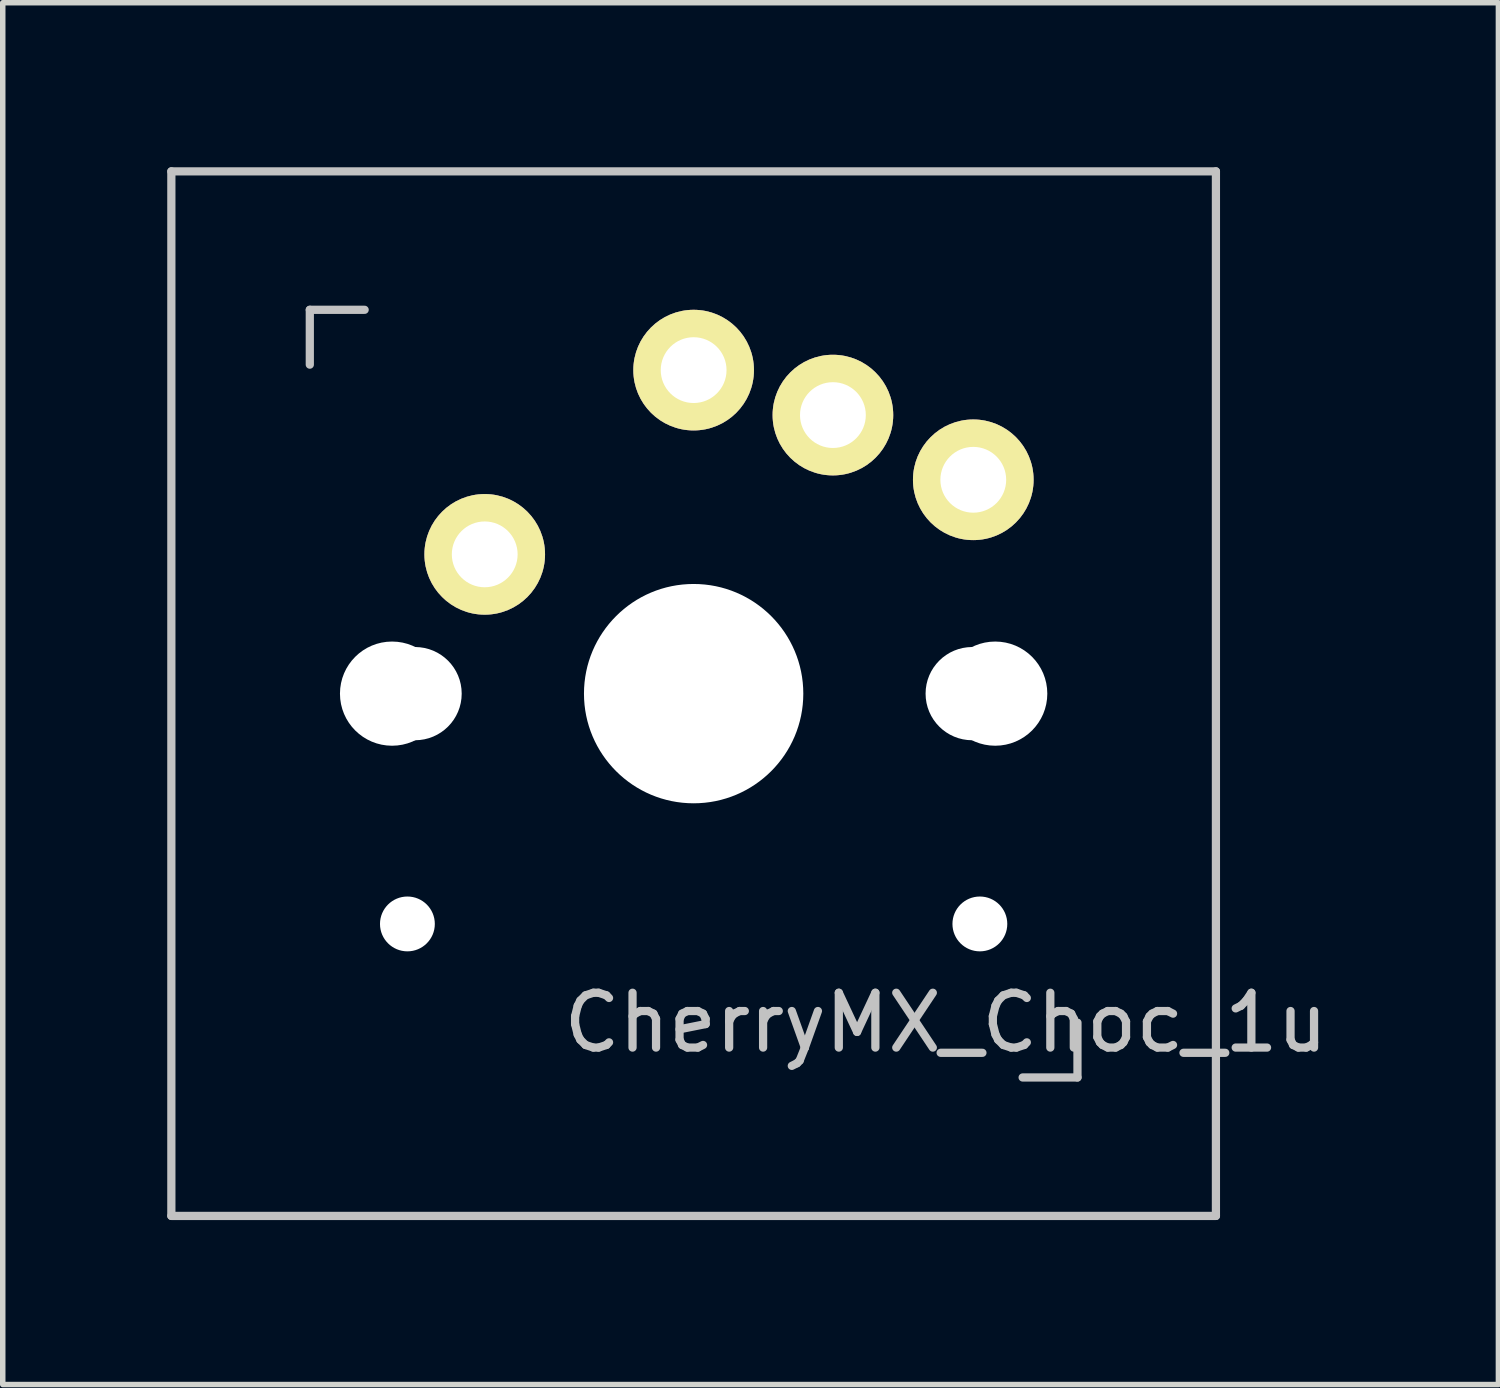
<source format=kicad_pcb>
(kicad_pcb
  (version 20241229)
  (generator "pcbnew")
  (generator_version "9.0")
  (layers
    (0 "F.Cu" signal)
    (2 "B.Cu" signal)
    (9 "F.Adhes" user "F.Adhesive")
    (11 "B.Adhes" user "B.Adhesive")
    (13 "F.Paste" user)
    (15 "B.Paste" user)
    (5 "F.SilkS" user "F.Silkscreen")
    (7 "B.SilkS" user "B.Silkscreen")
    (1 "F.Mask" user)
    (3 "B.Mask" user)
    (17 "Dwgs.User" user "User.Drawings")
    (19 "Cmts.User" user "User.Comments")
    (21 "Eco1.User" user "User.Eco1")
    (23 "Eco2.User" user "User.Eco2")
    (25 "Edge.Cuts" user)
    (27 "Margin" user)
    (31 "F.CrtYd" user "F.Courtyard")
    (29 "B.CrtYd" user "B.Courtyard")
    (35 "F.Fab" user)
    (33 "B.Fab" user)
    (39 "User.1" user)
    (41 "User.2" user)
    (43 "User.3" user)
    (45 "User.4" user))
  (footprint "CherryMX_Choc_1u"
    (layer "F.Cu")
    (at 9.6 9.6)
    (property "Reference" "CherryMX_Choc_1u" (at 4.6 6 0) (layer "Dwgs.User") (effects (font (size 1 1) (thickness 0.15))))
    (attr through_hole)
    (fp_line (start -9.525 -9.525) (end 9.525 -9.525) (stroke (width 0.15) (type solid)) (layer "Dwgs.User"))
    (fp_line (start -9.525 9.525) (end -9.525 -9.525) (stroke (width 0.15) (type solid)) (layer "Dwgs.User"))
    (fp_line (start -7 -7) (end -6 -7) (stroke (width 0.15) (type solid)) (layer "Dwgs.User"))
    (fp_line (start -7 -6) (end -7 -7) (stroke (width 0.15) (type solid)) (layer "Dwgs.User"))
    (fp_line (start 6 7) (end 7 7) (stroke (width 0.15) (type solid)) (layer "Dwgs.User"))
    (fp_line (start 7 7) (end 7 6) (stroke (width 0.15) (type solid)) (layer "Dwgs.User"))
    (fp_line (start 9.525 -9.525) (end 9.525 9.525) (stroke (width 0.15) (type solid)) (layer "Dwgs.User"))
    (fp_line (start 9.525 9.525) (end -9.525 9.525) (stroke (width 0.15) (type solid)) (layer "Dwgs.User"))
    (pad "" np_thru_hole circle (at -5.5 0 90) (size 1.9 1.9) (drill 1.9) (layers "*.Cu" "*.Mask"))
    (pad "" np_thru_hole circle (at -5.22 4.2) (size 1 1) (drill 1) (layers "*.Cu" "*.Mask"))
    (pad "" np_thru_hole circle (at -5.08 0) (size 1.7 1.7) (drill 1.7) (layers "*.Cu" "*.Mask"))
    (pad "" np_thru_hole circle (at 0 0 90) (size 4 4) (drill 4) (layers "*.Cu" "*.Mask"))
    (pad "" np_thru_hole circle (at 5.08 0) (size 1.7 1.7) (drill 1.7) (layers "*.Cu" "*.Mask"))
    (pad "" np_thru_hole circle (at 5.22 4.2) (size 1 1) (drill 1) (layers "*.Cu" "*.Mask"))
    (pad "" np_thru_hole circle (at 5.5 0 90) (size 1.9 1.9) (drill 1.9) (layers "*.Cu" "*.Mask"))
    (pad "1" thru_hole circle (at -3.81 -2.54 50) (size 2.2 2.2) (drill 1.2) (layers "*.Cu" "B.Mask" "F.SilkS"))
    (pad "1" thru_hole circle (at 5.1 -3.9 310) (size 2.2 2.2) (drill 1.2) (layers "*.Cu" "B.Mask" "F.SilkS"))
    (pad "2" thru_hole circle (at 0 -5.9 90) (size 2.2 2.2) (drill 1.2) (layers "*.Cu" "B.Mask" "F.SilkS"))
    (pad "2" thru_hole circle (at 2.54 -5.08) (size 2.2 2.2) (drill 1.2) (layers "*.Cu" "B.Mask" "F.SilkS")))
  (gr_rect
    (start -3 -3)
    (end 24.277 22.2)
    (stroke (width 0.1) (type default))
    (fill no)
    (layer "Edge.Cuts")))
</source>
